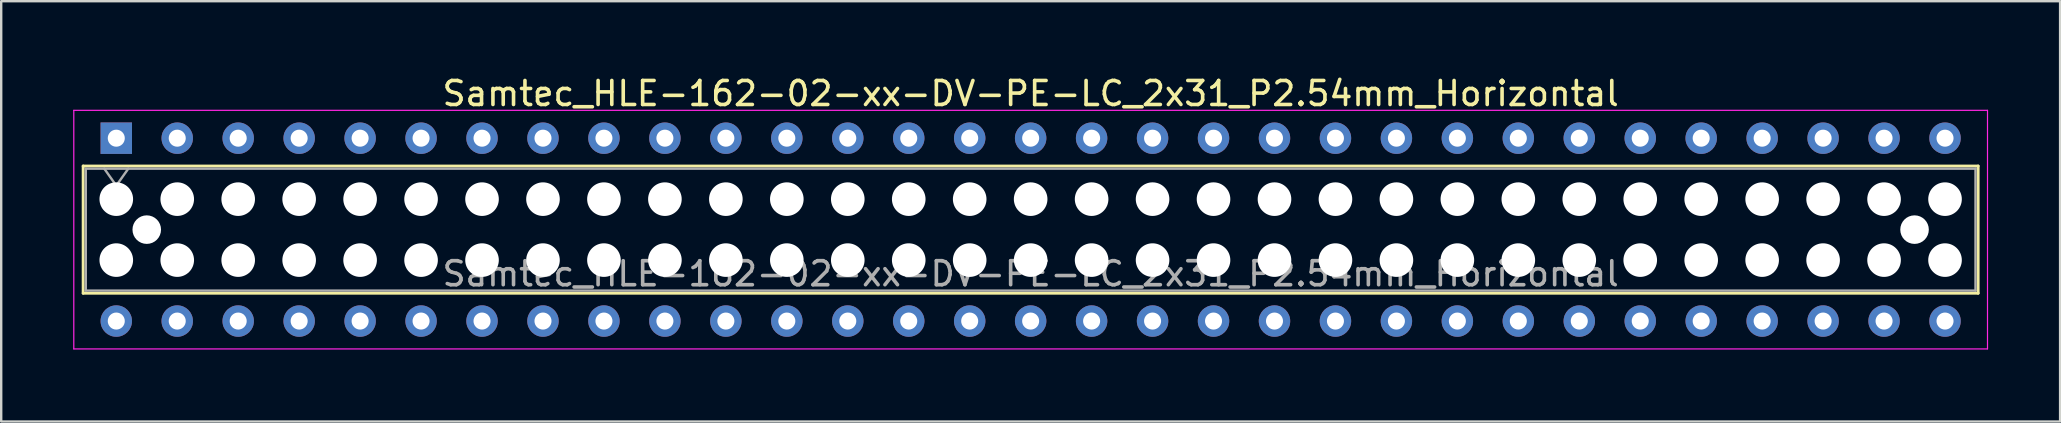
<source format=kicad_pcb>
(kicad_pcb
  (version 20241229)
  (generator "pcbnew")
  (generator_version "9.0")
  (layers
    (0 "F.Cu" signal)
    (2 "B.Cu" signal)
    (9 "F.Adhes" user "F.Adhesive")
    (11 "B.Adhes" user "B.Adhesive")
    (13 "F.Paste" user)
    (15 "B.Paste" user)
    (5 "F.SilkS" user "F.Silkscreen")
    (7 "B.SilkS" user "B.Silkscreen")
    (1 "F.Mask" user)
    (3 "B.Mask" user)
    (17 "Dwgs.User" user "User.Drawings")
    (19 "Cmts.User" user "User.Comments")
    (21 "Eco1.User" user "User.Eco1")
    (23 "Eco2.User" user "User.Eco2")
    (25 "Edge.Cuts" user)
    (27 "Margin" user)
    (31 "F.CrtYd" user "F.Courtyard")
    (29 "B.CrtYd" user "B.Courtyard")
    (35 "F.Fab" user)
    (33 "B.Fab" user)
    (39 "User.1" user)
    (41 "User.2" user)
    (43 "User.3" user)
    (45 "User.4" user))
  (footprint "Samtec_HLE-162-02-xx-DV-PE-LC_2x31_P2.54mm_Horizontal"
    (layer "F.Cu")
    (at 1.795 2.708)
    (property "Reference" "Samtec_HLE-162-02-xx-DV-PE-LC_2x31_P2.54mm_Horizontal" (at 38.1 -1.86 0) (layer "F.SilkS") (effects (font (size 1 1) (thickness 0.15))))
    (attr through_hole)
    (fp_line (start -1.38 1.16) (end 77.58 1.16) (stroke (width 0.12) (type solid)) (layer "F.SilkS"))
    (fp_line (start -1.38 6.46) (end -1.38 1.16) (stroke (width 0.12) (type solid)) (layer "F.SilkS"))
    (fp_line (start 77.58 1.16) (end 77.58 6.46) (stroke (width 0.12) (type solid)) (layer "F.SilkS"))
    (fp_line (start 77.58 6.46) (end -1.38 6.46) (stroke (width 0.12) (type solid)) (layer "F.SilkS"))
    (fp_line (start -1.77 -1.16) (end 77.97 -1.16) (stroke (width 0.05) (type solid)) (layer "F.CrtYd"))
    (fp_line (start -1.77 8.78) (end -1.77 -1.16) (stroke (width 0.05) (type solid)) (layer "F.CrtYd"))
    (fp_line (start 77.97 -1.16) (end 77.97 8.78) (stroke (width 0.05) (type solid)) (layer "F.CrtYd"))
    (fp_line (start 77.97 8.78) (end -1.77 8.78) (stroke (width 0.05) (type solid)) (layer "F.CrtYd"))
    (fp_line (start -1.27 1.27) (end 77.47 1.27) (stroke (width 0.1) (type solid)) (layer "F.Fab"))
    (fp_line (start -1.27 6.35) (end -1.27 1.27) (stroke (width 0.1) (type solid)) (layer "F.Fab"))
    (fp_line (start -0.5 1.27) (end 0 1.977) (stroke (width 0.1) (type solid)) (layer "F.Fab"))
    (fp_line (start 0 1.977) (end 0.5 1.27) (stroke (width 0.1) (type solid)) (layer "F.Fab"))
    (fp_line (start 77.47 1.27) (end 77.47 6.35) (stroke (width 0.1) (type solid)) (layer "F.Fab"))
    (fp_line (start 77.47 6.35) (end -1.27 6.35) (stroke (width 0.1) (type solid)) (layer "F.Fab"))
    (fp_text user "${REFERENCE}" (at 38.1 5.65 0) (layer "F.Fab") (effects (font (size 1 1) (thickness 0.15))))
    (pad "" np_thru_hole circle (at 0 2.54) (size 1.4 1.4) (drill 1.4) (layers "*.Cu" "*.Mask"))
    (pad "" np_thru_hole circle (at 0 5.08) (size 1.4 1.4) (drill 1.4) (layers "*.Cu" "*.Mask"))
    (pad "" np_thru_hole circle (at 1.27 3.81) (size 1.19 1.19) (drill 1.19) (layers "*.Cu" "*.Mask"))
    (pad "" np_thru_hole circle (at 2.54 2.54) (size 1.4 1.4) (drill 1.4) (layers "*.Cu" "*.Mask"))
    (pad "" np_thru_hole circle (at 2.54 5.08) (size 1.4 1.4) (drill 1.4) (layers "*.Cu" "*.Mask"))
    (pad "" np_thru_hole circle (at 5.08 2.54) (size 1.4 1.4) (drill 1.4) (layers "*.Cu" "*.Mask"))
    (pad "" np_thru_hole circle (at 5.08 5.08) (size 1.4 1.4) (drill 1.4) (layers "*.Cu" "*.Mask"))
    (pad "" np_thru_hole circle (at 7.62 2.54) (size 1.4 1.4) (drill 1.4) (layers "*.Cu" "*.Mask"))
    (pad "" np_thru_hole circle (at 7.62 5.08) (size 1.4 1.4) (drill 1.4) (layers "*.Cu" "*.Mask"))
    (pad "" np_thru_hole circle (at 10.16 2.54) (size 1.4 1.4) (drill 1.4) (layers "*.Cu" "*.Mask"))
    (pad "" np_thru_hole circle (at 10.16 5.08) (size 1.4 1.4) (drill 1.4) (layers "*.Cu" "*.Mask"))
    (pad "" np_thru_hole circle (at 12.7 2.54) (size 1.4 1.4) (drill 1.4) (layers "*.Cu" "*.Mask"))
    (pad "" np_thru_hole circle (at 12.7 5.08) (size 1.4 1.4) (drill 1.4) (layers "*.Cu" "*.Mask"))
    (pad "" np_thru_hole circle (at 15.24 2.54) (size 1.4 1.4) (drill 1.4) (layers "*.Cu" "*.Mask"))
    (pad "" np_thru_hole circle (at 15.24 5.08) (size 1.4 1.4) (drill 1.4) (layers "*.Cu" "*.Mask"))
    (pad "" np_thru_hole circle (at 17.78 2.54) (size 1.4 1.4) (drill 1.4) (layers "*.Cu" "*.Mask"))
    (pad "" np_thru_hole circle (at 17.78 5.08) (size 1.4 1.4) (drill 1.4) (layers "*.Cu" "*.Mask"))
    (pad "" np_thru_hole circle (at 20.32 2.54) (size 1.4 1.4) (drill 1.4) (layers "*.Cu" "*.Mask"))
    (pad "" np_thru_hole circle (at 20.32 5.08) (size 1.4 1.4) (drill 1.4) (layers "*.Cu" "*.Mask"))
    (pad "" np_thru_hole circle (at 22.86 2.54) (size 1.4 1.4) (drill 1.4) (layers "*.Cu" "*.Mask"))
    (pad "" np_thru_hole circle (at 22.86 5.08) (size 1.4 1.4) (drill 1.4) (layers "*.Cu" "*.Mask"))
    (pad "" np_thru_hole circle (at 25.4 2.54) (size 1.4 1.4) (drill 1.4) (layers "*.Cu" "*.Mask"))
    (pad "" np_thru_hole circle (at 25.4 5.08) (size 1.4 1.4) (drill 1.4) (layers "*.Cu" "*.Mask"))
    (pad "" np_thru_hole circle (at 27.94 2.54) (size 1.4 1.4) (drill 1.4) (layers "*.Cu" "*.Mask"))
    (pad "" np_thru_hole circle (at 27.94 5.08) (size 1.4 1.4) (drill 1.4) (layers "*.Cu" "*.Mask"))
    (pad "" np_thru_hole circle (at 30.48 2.54) (size 1.4 1.4) (drill 1.4) (layers "*.Cu" "*.Mask"))
    (pad "" np_thru_hole circle (at 30.48 5.08) (size 1.4 1.4) (drill 1.4) (layers "*.Cu" "*.Mask"))
    (pad "" np_thru_hole circle (at 33.02 2.54) (size 1.4 1.4) (drill 1.4) (layers "*.Cu" "*.Mask"))
    (pad "" np_thru_hole circle (at 33.02 5.08) (size 1.4 1.4) (drill 1.4) (layers "*.Cu" "*.Mask"))
    (pad "" np_thru_hole circle (at 35.56 2.54) (size 1.4 1.4) (drill 1.4) (layers "*.Cu" "*.Mask"))
    (pad "" np_thru_hole circle (at 35.56 5.08) (size 1.4 1.4) (drill 1.4) (layers "*.Cu" "*.Mask"))
    (pad "" np_thru_hole circle (at 38.1 2.54) (size 1.4 1.4) (drill 1.4) (layers "*.Cu" "*.Mask"))
    (pad "" np_thru_hole circle (at 38.1 5.08) (size 1.4 1.4) (drill 1.4) (layers "*.Cu" "*.Mask"))
    (pad "" np_thru_hole circle (at 40.64 2.54) (size 1.4 1.4) (drill 1.4) (layers "*.Cu" "*.Mask"))
    (pad "" np_thru_hole circle (at 40.64 5.08) (size 1.4 1.4) (drill 1.4) (layers "*.Cu" "*.Mask"))
    (pad "" np_thru_hole circle (at 43.18 2.54) (size 1.4 1.4) (drill 1.4) (layers "*.Cu" "*.Mask"))
    (pad "" np_thru_hole circle (at 43.18 5.08) (size 1.4 1.4) (drill 1.4) (layers "*.Cu" "*.Mask"))
    (pad "" np_thru_hole circle (at 45.72 2.54) (size 1.4 1.4) (drill 1.4) (layers "*.Cu" "*.Mask"))
    (pad "" np_thru_hole circle (at 45.72 5.08) (size 1.4 1.4) (drill 1.4) (layers "*.Cu" "*.Mask"))
    (pad "" np_thru_hole circle (at 48.26 2.54) (size 1.4 1.4) (drill 1.4) (layers "*.Cu" "*.Mask"))
    (pad "" np_thru_hole circle (at 48.26 5.08) (size 1.4 1.4) (drill 1.4) (layers "*.Cu" "*.Mask"))
    (pad "" np_thru_hole circle (at 50.8 2.54) (size 1.4 1.4) (drill 1.4) (layers "*.Cu" "*.Mask"))
    (pad "" np_thru_hole circle (at 50.8 5.08) (size 1.4 1.4) (drill 1.4) (layers "*.Cu" "*.Mask"))
    (pad "" np_thru_hole circle (at 53.34 2.54) (size 1.4 1.4) (drill 1.4) (layers "*.Cu" "*.Mask"))
    (pad "" np_thru_hole circle (at 53.34 5.08) (size 1.4 1.4) (drill 1.4) (layers "*.Cu" "*.Mask"))
    (pad "" np_thru_hole circle (at 55.88 2.54) (size 1.4 1.4) (drill 1.4) (layers "*.Cu" "*.Mask"))
    (pad "" np_thru_hole circle (at 55.88 5.08) (size 1.4 1.4) (drill 1.4) (layers "*.Cu" "*.Mask"))
    (pad "" np_thru_hole circle (at 58.42 2.54) (size 1.4 1.4) (drill 1.4) (layers "*.Cu" "*.Mask"))
    (pad "" np_thru_hole circle (at 58.42 5.08) (size 1.4 1.4) (drill 1.4) (layers "*.Cu" "*.Mask"))
    (pad "" np_thru_hole circle (at 60.96 2.54) (size 1.4 1.4) (drill 1.4) (layers "*.Cu" "*.Mask"))
    (pad "" np_thru_hole circle (at 60.96 5.08) (size 1.4 1.4) (drill 1.4) (layers "*.Cu" "*.Mask"))
    (pad "" np_thru_hole circle (at 63.5 2.54) (size 1.4 1.4) (drill 1.4) (layers "*.Cu" "*.Mask"))
    (pad "" np_thru_hole circle (at 63.5 5.08) (size 1.4 1.4) (drill 1.4) (layers "*.Cu" "*.Mask"))
    (pad "" np_thru_hole circle (at 66.04 2.54) (size 1.4 1.4) (drill 1.4) (layers "*.Cu" "*.Mask"))
    (pad "" np_thru_hole circle (at 66.04 5.08) (size 1.4 1.4) (drill 1.4) (layers "*.Cu" "*.Mask"))
    (pad "" np_thru_hole circle (at 68.58 2.54) (size 1.4 1.4) (drill 1.4) (layers "*.Cu" "*.Mask"))
    (pad "" np_thru_hole circle (at 68.58 5.08) (size 1.4 1.4) (drill 1.4) (layers "*.Cu" "*.Mask"))
    (pad "" np_thru_hole circle (at 71.12 2.54) (size 1.4 1.4) (drill 1.4) (layers "*.Cu" "*.Mask"))
    (pad "" np_thru_hole circle (at 71.12 5.08) (size 1.4 1.4) (drill 1.4) (layers "*.Cu" "*.Mask"))
    (pad "" np_thru_hole circle (at 73.66 2.54) (size 1.4 1.4) (drill 1.4) (layers "*.Cu" "*.Mask"))
    (pad "" np_thru_hole circle (at 73.66 5.08) (size 1.4 1.4) (drill 1.4) (layers "*.Cu" "*.Mask"))
    (pad "" np_thru_hole circle (at 74.93 3.81) (size 1.19 1.19) (drill 1.19) (layers "*.Cu" "*.Mask"))
    (pad "" np_thru_hole circle (at 76.2 2.54) (size 1.4 1.4) (drill 1.4) (layers "*.Cu" "*.Mask"))
    (pad "" np_thru_hole circle (at 76.2 5.08) (size 1.4 1.4) (drill 1.4) (layers "*.Cu" "*.Mask"))
    (pad "1" thru_hole rect (at 0 0) (size 1.31 1.31) (drill 0.71) (layers "*.Cu" "*.Mask"))
    (pad "2" thru_hole circle (at 0 7.62) (size 1.31 1.31) (drill 0.71) (layers "*.Cu" "*.Mask"))
    (pad "3" thru_hole circle (at 2.54 0) (size 1.31 1.31) (drill 0.71) (layers "*.Cu" "*.Mask"))
    (pad "4" thru_hole circle (at 2.54 7.62) (size 1.31 1.31) (drill 0.71) (layers "*.Cu" "*.Mask"))
    (pad "5" thru_hole circle (at 5.08 0) (size 1.31 1.31) (drill 0.71) (layers "*.Cu" "*.Mask"))
    (pad "6" thru_hole circle (at 5.08 7.62) (size 1.31 1.31) (drill 0.71) (layers "*.Cu" "*.Mask"))
    (pad "7" thru_hole circle (at 7.62 0) (size 1.31 1.31) (drill 0.71) (layers "*.Cu" "*.Mask"))
    (pad "8" thru_hole circle (at 7.62 7.62) (size 1.31 1.31) (drill 0.71) (layers "*.Cu" "*.Mask"))
    (pad "9" thru_hole circle (at 10.16 0) (size 1.31 1.31) (drill 0.71) (layers "*.Cu" "*.Mask"))
    (pad "10" thru_hole circle (at 10.16 7.62) (size 1.31 1.31) (drill 0.71) (layers "*.Cu" "*.Mask"))
    (pad "11" thru_hole circle (at 12.7 0) (size 1.31 1.31) (drill 0.71) (layers "*.Cu" "*.Mask"))
    (pad "12" thru_hole circle (at 12.7 7.62) (size 1.31 1.31) (drill 0.71) (layers "*.Cu" "*.Mask"))
    (pad "13" thru_hole circle (at 15.24 0) (size 1.31 1.31) (drill 0.71) (layers "*.Cu" "*.Mask"))
    (pad "14" thru_hole circle (at 15.24 7.62) (size 1.31 1.31) (drill 0.71) (layers "*.Cu" "*.Mask"))
    (pad "15" thru_hole circle (at 17.78 0) (size 1.31 1.31) (drill 0.71) (layers "*.Cu" "*.Mask"))
    (pad "16" thru_hole circle (at 17.78 7.62) (size 1.31 1.31) (drill 0.71) (layers "*.Cu" "*.Mask"))
    (pad "17" thru_hole circle (at 20.32 0) (size 1.31 1.31) (drill 0.71) (layers "*.Cu" "*.Mask"))
    (pad "18" thru_hole circle (at 20.32 7.62) (size 1.31 1.31) (drill 0.71) (layers "*.Cu" "*.Mask"))
    (pad "19" thru_hole circle (at 22.86 0) (size 1.31 1.31) (drill 0.71) (layers "*.Cu" "*.Mask"))
    (pad "20" thru_hole circle (at 22.86 7.62) (size 1.31 1.31) (drill 0.71) (layers "*.Cu" "*.Mask"))
    (pad "21" thru_hole circle (at 25.4 0) (size 1.31 1.31) (drill 0.71) (layers "*.Cu" "*.Mask"))
    (pad "22" thru_hole circle (at 25.4 7.62) (size 1.31 1.31) (drill 0.71) (layers "*.Cu" "*.Mask"))
    (pad "23" thru_hole circle (at 27.94 0) (size 1.31 1.31) (drill 0.71) (layers "*.Cu" "*.Mask"))
    (pad "24" thru_hole circle (at 27.94 7.62) (size 1.31 1.31) (drill 0.71) (layers "*.Cu" "*.Mask"))
    (pad "25" thru_hole circle (at 30.48 0) (size 1.31 1.31) (drill 0.71) (layers "*.Cu" "*.Mask"))
    (pad "26" thru_hole circle (at 30.48 7.62) (size 1.31 1.31) (drill 0.71) (layers "*.Cu" "*.Mask"))
    (pad "27" thru_hole circle (at 33.02 0) (size 1.31 1.31) (drill 0.71) (layers "*.Cu" "*.Mask"))
    (pad "28" thru_hole circle (at 33.02 7.62) (size 1.31 1.31) (drill 0.71) (layers "*.Cu" "*.Mask"))
    (pad "29" thru_hole circle (at 35.56 0) (size 1.31 1.31) (drill 0.71) (layers "*.Cu" "*.Mask"))
    (pad "30" thru_hole circle (at 35.56 7.62) (size 1.31 1.31) (drill 0.71) (layers "*.Cu" "*.Mask"))
    (pad "31" thru_hole circle (at 38.1 0) (size 1.31 1.31) (drill 0.71) (layers "*.Cu" "*.Mask"))
    (pad "32" thru_hole circle (at 38.1 7.62) (size 1.31 1.31) (drill 0.71) (layers "*.Cu" "*.Mask"))
    (pad "33" thru_hole circle (at 40.64 0) (size 1.31 1.31) (drill 0.71) (layers "*.Cu" "*.Mask"))
    (pad "34" thru_hole circle (at 40.64 7.62) (size 1.31 1.31) (drill 0.71) (layers "*.Cu" "*.Mask"))
    (pad "35" thru_hole circle (at 43.18 0) (size 1.31 1.31) (drill 0.71) (layers "*.Cu" "*.Mask"))
    (pad "36" thru_hole circle (at 43.18 7.62) (size 1.31 1.31) (drill 0.71) (layers "*.Cu" "*.Mask"))
    (pad "37" thru_hole circle (at 45.72 0) (size 1.31 1.31) (drill 0.71) (layers "*.Cu" "*.Mask"))
    (pad "38" thru_hole circle (at 45.72 7.62) (size 1.31 1.31) (drill 0.71) (layers "*.Cu" "*.Mask"))
    (pad "39" thru_hole circle (at 48.26 0) (size 1.31 1.31) (drill 0.71) (layers "*.Cu" "*.Mask"))
    (pad "40" thru_hole circle (at 48.26 7.62) (size 1.31 1.31) (drill 0.71) (layers "*.Cu" "*.Mask"))
    (pad "41" thru_hole circle (at 50.8 0) (size 1.31 1.31) (drill 0.71) (layers "*.Cu" "*.Mask"))
    (pad "42" thru_hole circle (at 50.8 7.62) (size 1.31 1.31) (drill 0.71) (layers "*.Cu" "*.Mask"))
    (pad "43" thru_hole circle (at 53.34 0) (size 1.31 1.31) (drill 0.71) (layers "*.Cu" "*.Mask"))
    (pad "44" thru_hole circle (at 53.34 7.62) (size 1.31 1.31) (drill 0.71) (layers "*.Cu" "*.Mask"))
    (pad "45" thru_hole circle (at 55.88 0) (size 1.31 1.31) (drill 0.71) (layers "*.Cu" "*.Mask"))
    (pad "46" thru_hole circle (at 55.88 7.62) (size 1.31 1.31) (drill 0.71) (layers "*.Cu" "*.Mask"))
    (pad "47" thru_hole circle (at 58.42 0) (size 1.31 1.31) (drill 0.71) (layers "*.Cu" "*.Mask"))
    (pad "48" thru_hole circle (at 58.42 7.62) (size 1.31 1.31) (drill 0.71) (layers "*.Cu" "*.Mask"))
    (pad "49" thru_hole circle (at 60.96 0) (size 1.31 1.31) (drill 0.71) (layers "*.Cu" "*.Mask"))
    (pad "50" thru_hole circle (at 60.96 7.62) (size 1.31 1.31) (drill 0.71) (layers "*.Cu" "*.Mask"))
    (pad "51" thru_hole circle (at 63.5 0) (size 1.31 1.31) (drill 0.71) (layers "*.Cu" "*.Mask"))
    (pad "52" thru_hole circle (at 63.5 7.62) (size 1.31 1.31) (drill 0.71) (layers "*.Cu" "*.Mask"))
    (pad "53" thru_hole circle (at 66.04 0) (size 1.31 1.31) (drill 0.71) (layers "*.Cu" "*.Mask"))
    (pad "54" thru_hole circle (at 66.04 7.62) (size 1.31 1.31) (drill 0.71) (layers "*.Cu" "*.Mask"))
    (pad "55" thru_hole circle (at 68.58 0) (size 1.31 1.31) (drill 0.71) (layers "*.Cu" "*.Mask"))
    (pad "56" thru_hole circle (at 68.58 7.62) (size 1.31 1.31) (drill 0.71) (layers "*.Cu" "*.Mask"))
    (pad "57" thru_hole circle (at 71.12 0) (size 1.31 1.31) (drill 0.71) (layers "*.Cu" "*.Mask"))
    (pad "58" thru_hole circle (at 71.12 7.62) (size 1.31 1.31) (drill 0.71) (layers "*.Cu" "*.Mask"))
    (pad "59" thru_hole circle (at 73.66 0) (size 1.31 1.31) (drill 0.71) (layers "*.Cu" "*.Mask"))
    (pad "60" thru_hole circle (at 73.66 7.62) (size 1.31 1.31) (drill 0.71) (layers "*.Cu" "*.Mask"))
    (pad "61" thru_hole circle (at 76.2 0) (size 1.31 1.31) (drill 0.71) (layers "*.Cu" "*.Mask"))
    (pad "62" thru_hole circle (at 76.2 7.62) (size 1.31 1.31) (drill 0.71) (layers "*.Cu" "*.Mask")))
  (gr_rect
    (start -3 -3)
    (end 82.79 14.513)
    (stroke (width 0.1) (type default))
    (fill no)
    (layer "Edge.Cuts")))
</source>
